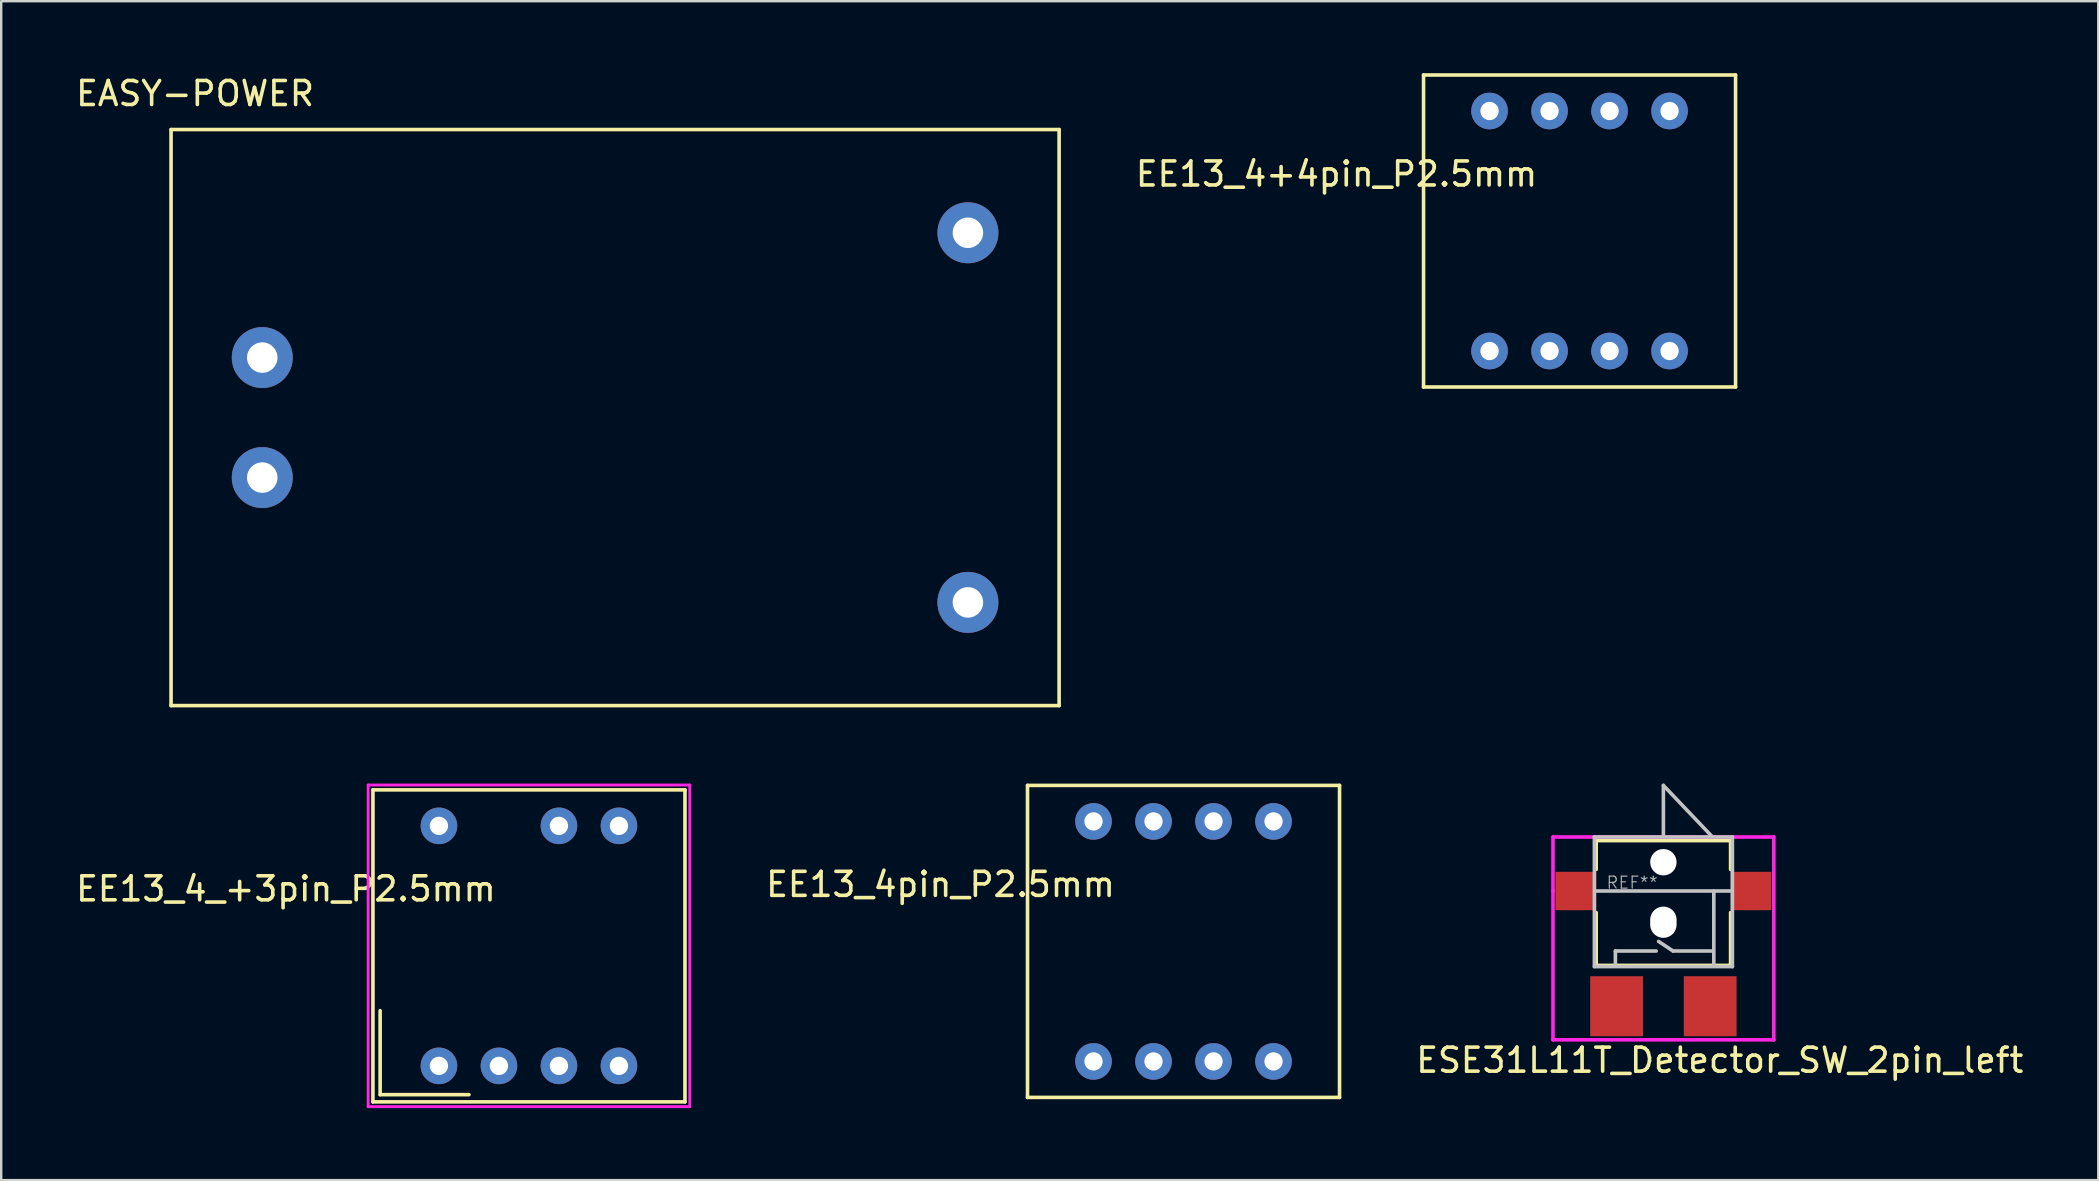
<source format=kicad_pcb>
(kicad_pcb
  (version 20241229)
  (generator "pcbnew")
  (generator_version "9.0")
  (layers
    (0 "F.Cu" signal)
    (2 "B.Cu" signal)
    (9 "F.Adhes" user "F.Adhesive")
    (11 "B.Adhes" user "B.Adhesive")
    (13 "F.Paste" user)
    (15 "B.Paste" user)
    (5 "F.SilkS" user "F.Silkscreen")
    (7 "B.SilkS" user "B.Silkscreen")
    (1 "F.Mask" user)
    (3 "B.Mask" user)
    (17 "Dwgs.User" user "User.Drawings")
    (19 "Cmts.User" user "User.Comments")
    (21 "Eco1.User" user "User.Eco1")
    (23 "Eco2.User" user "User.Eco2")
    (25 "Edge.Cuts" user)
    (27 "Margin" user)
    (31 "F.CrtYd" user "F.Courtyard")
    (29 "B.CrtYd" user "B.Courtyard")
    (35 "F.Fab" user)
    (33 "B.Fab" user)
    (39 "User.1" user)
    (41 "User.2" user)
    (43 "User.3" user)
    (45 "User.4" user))
  (footprint "EASY-POWER"
    (layer "F.Cu")
    (at 4.077 26.348)
    (property "Reference" "EASY-POWER" (at 1 -25.5 0) (layer "F.SilkS") (effects (font (size 1 1) (thickness 0.15))))
    (attr through_hole)
    (fp_line (start 0 -24) (end 0 0) (stroke (width 0.15) (type solid)) (layer "F.SilkS"))
    (fp_line (start 0 0) (end 37 0) (stroke (width 0.15) (type solid)) (layer "F.SilkS"))
    (fp_line (start 37 -24) (end 0 -24) (stroke (width 0.15) (type solid)) (layer "F.SilkS"))
    (fp_line (start 37 0) (end 37 -24) (stroke (width 0.15) (type solid)) (layer "F.SilkS"))
    (pad "1" thru_hole circle (at 3.8 -14.5) (size 2.54 2.54) (drill 1.27) (layers "*.Cu" "*.Mask"))
    (pad "2" thru_hole circle (at 3.8 -9.5) (size 2.54 2.54) (drill 1.27) (layers "*.Cu" "*.Mask"))
    (pad "3" thru_hole circle (at 33.2 -19.7) (size 2.54 2.54) (drill 1.27) (layers "*.Cu" "*.Mask"))
    (pad "4" thru_hole circle (at 33.2 -4.3) (size 2.54 2.54) (drill 1.27) (layers "*.Cu" "*.Mask")))
  (footprint "EE13_4+4pin_P2.5mm"
    (layer "F.Cu")
    (at 59.01 11.575)
    (property "Reference" "EE13_4+4pin_P2.5mm" (at -6.375 -7.375 0) (layer "F.SilkS") (effects (font (size 1 1) (thickness 0.15))))
    (attr through_hole)
    (fp_line (start -2.75 -11.5) (end -2.75 1.5) (stroke (width 0.15) (type solid)) (layer "F.SilkS"))
    (fp_line (start -2.75 1.5) (end 10.25 1.5) (stroke (width 0.15) (type solid)) (layer "F.SilkS"))
    (fp_line (start 10.25 -11.5) (end -2.75 -11.5) (stroke (width 0.15) (type solid)) (layer "F.SilkS"))
    (fp_line (start 10.25 1.5) (end 10.25 -11.5) (stroke (width 0.15) (type solid)) (layer "F.SilkS"))
    (pad "1" thru_hole circle (at 0 0) (size 1.524 1.524) (drill 0.762) (layers "*.Cu" "*.Mask"))
    (pad "2" thru_hole circle (at 2.5 0) (size 1.524 1.524) (drill 0.762) (layers "*.Cu" "*.Mask"))
    (pad "3" thru_hole circle (at 5 0) (size 1.524 1.524) (drill 0.762) (layers "*.Cu" "*.Mask"))
    (pad "4" thru_hole circle (at 7.5 0) (size 1.524 1.524) (drill 0.762) (layers "*.Cu" "*.Mask"))
    (pad "5" thru_hole circle (at 7.5 -10) (size 1.524 1.524) (drill 0.762) (layers "*.Cu" "*.Mask"))
    (pad "6" thru_hole circle (at 5 -10) (size 1.524 1.524) (drill 0.762) (layers "*.Cu" "*.Mask"))
    (pad "7" thru_hole circle (at 2.5 -10) (size 1.524 1.524) (drill 0.762) (layers "*.Cu" "*.Mask"))
    (pad "8" thru_hole circle (at 0 -10) (size 1.524 1.524) (drill 0.762) (layers "*.Cu" "*.Mask")))
  (footprint "ESE31L11T_Detector_SW_2pin_left"
    (layer "F.Cu")
    (at 66.253 34.073)
    (property "Reference" "ESE31L11T_Detector_SW_2pin_left" (at 2.35 7.05 0) (layer "F.SilkS") (effects (font (size 1 1) (thickness 0.15))))
    (attr smd)
    (fp_line (start -2.8 -2.1) (end 2.8 -2.1) (stroke (width 0.15) (type solid)) (layer "F.SilkS"))
    (fp_line (start -2.8 -0.9) (end -2.8 -2.1) (stroke (width 0.15) (type solid)) (layer "F.SilkS"))
    (fp_line (start -2.8 0.9) (end -2.8 3.1) (stroke (width 0.15) (type solid)) (layer "F.SilkS"))
    (fp_line (start -2.8 3.1) (end 2.8 3.1) (stroke (width 0.15) (type solid)) (layer "F.SilkS"))
    (fp_line (start 2.8 -0.9) (end 2.8 -2.1) (stroke (width 0.15) (type solid)) (layer "F.SilkS"))
    (fp_line (start 2.8 3.1) (end 2.8 0.9) (stroke (width 0.15) (type solid)) (layer "F.SilkS"))
    (fp_line (start -2.875 -2.25) (end 2.875 -2.25) (stroke (width 0.15) (type solid)) (layer "Dwgs.User"))
    (fp_line (start -2.875 3.15) (end -2.875 -2.25) (stroke (width 0.15) (type solid)) (layer "Dwgs.User"))
    (fp_line (start -2.8 0) (end 2.8 0) (stroke (width 0.15) (type solid)) (layer "Dwgs.User"))
    (fp_line (start -2 2.5) (end -0.3 2.5) (stroke (width 0.15) (type solid)) (layer "Dwgs.User"))
    (fp_line (start -2 3.1) (end -2 2.5) (stroke (width 0.15) (type solid)) (layer "Dwgs.User"))
    (fp_line (start -0.2 2.1) (end 0.4 2.5) (stroke (width 0.15) (type solid)) (layer "Dwgs.User"))
    (fp_line (start 0 -4.4) (end 0 -2.3) (stroke (width 0.15) (type solid)) (layer "Dwgs.User"))
    (fp_line (start 0 -4.4) (end 2 -2.3) (stroke (width 0.15) (type solid)) (layer "Dwgs.User"))
    (fp_line (start 0.4 2.5) (end 2 2.5) (stroke (width 0.15) (type solid)) (layer "Dwgs.User"))
    (fp_line (start 2.1 3.1) (end 2.1 0) (stroke (width 0.15) (type solid)) (layer "Dwgs.User"))
    (fp_line (start 2.875 -2.25) (end 2.875 3.15) (stroke (width 0.15) (type solid)) (layer "Dwgs.User"))
    (fp_line (start 2.875 3.15) (end -2.875 3.15) (stroke (width 0.15) (type solid)) (layer "Dwgs.User"))
    (fp_line (start -4.6 -2.25) (end -4.6 0) (stroke (width 0.15) (type solid)) (layer "F.CrtYd"))
    (fp_line (start -4.6 0) (end -4.6 6.2) (stroke (width 0.15) (type solid)) (layer "F.CrtYd"))
    (fp_line (start -4.6 6.2) (end 4.6 6.2) (stroke (width 0.15) (type solid)) (layer "F.CrtYd"))
    (fp_line (start 4.6 -2.25) (end -4.6 -2.25) (stroke (width 0.15) (type solid)) (layer "F.CrtYd"))
    (fp_line (start 4.6 6.2) (end 4.6 -2.25) (stroke (width 0.15) (type solid)) (layer "F.CrtYd"))
    (fp_text user "REF**" (at -1.3 -0.35 0) (layer "F.Fab") (effects (font (size 0.5 0.5) (thickness 0.05))))
    (pad "" np_thru_hole circle (at 0 -1.2) (size 1.1 1.1) (drill 1.1) (layers "*.Cu" "*.Mask"))
    (pad "" np_thru_hole oval (at 0 1.3) (size 1.1 1.3) (drill oval 1.1 1.3) (layers "*.Cu" "*.Mask"))
    (pad "1" smd rect (at -1.95 4.8) (size 2.2 2.5) (layers "F.Cu" "F.Mask" "F.Paste"))
    (pad "2" smd rect (at -3.65 0) (size 1.7 1.6) (layers "F.Cu" "F.Mask" "F.Paste"))
    (pad "2" smd rect (at 1.95 4.8) (size 2.2 2.5) (layers "F.Cu" "F.Mask" "F.Paste"))
    (pad "2" smd rect (at 3.65 0) (size 1.7 1.6) (layers "F.Cu" "F.Mask" "F.Paste")))
  (footprint "EE13_4_+3pin_P2.5mm"
    (layer "F.Cu")
    (at 18.988 36.358)
    (property "Reference" "EE13_4_+3pin_P2.5mm" (at -10.125 -2.375 0) (layer "F.SilkS") (effects (font (size 1 1) (thickness 0.15))))
    (attr through_hole)
    (fp_line (start -6.5 -6.5) (end -6.5 6.5) (stroke (width 0.15) (type solid)) (layer "F.SilkS"))
    (fp_line (start -6.5 6.5) (end 6.5 6.5) (stroke (width 0.15) (type solid)) (layer "F.SilkS"))
    (fp_line (start -6.2 6.2) (end -6.2 2.7) (stroke (width 0.15) (type solid)) (layer "F.SilkS"))
    (fp_line (start -6.2 6.2) (end -2.5 6.2) (stroke (width 0.15) (type solid)) (layer "F.SilkS"))
    (fp_line (start 6.5 -6.5) (end -6.5 -6.5) (stroke (width 0.15) (type solid)) (layer "F.SilkS"))
    (fp_line (start 6.5 6.5) (end 6.5 -6.5) (stroke (width 0.15) (type solid)) (layer "F.SilkS"))
    (fp_line (start -6.7 -6.7) (end 6.7 -6.7) (stroke (width 0.12) (type solid)) (layer "F.CrtYd"))
    (fp_line (start -6.7 6.7) (end -6.7 -6.7) (stroke (width 0.12) (type solid)) (layer "F.CrtYd"))
    (fp_line (start 6.7 -6.7) (end 6.7 6.7) (stroke (width 0.12) (type solid)) (layer "F.CrtYd"))
    (fp_line (start 6.7 6.7) (end -6.7 6.7) (stroke (width 0.12) (type solid)) (layer "F.CrtYd"))
    (pad "1" thru_hole circle (at -3.75 5) (size 1.524 1.524) (drill 0.762) (layers "*.Cu" "*.Mask"))
    (pad "2" thru_hole circle (at -1.25 5) (size 1.524 1.524) (drill 0.762) (layers "*.Cu" "*.Mask"))
    (pad "3" thru_hole circle (at 1.25 5) (size 1.524 1.524) (drill 0.762) (layers "*.Cu" "*.Mask"))
    (pad "4" thru_hole circle (at 3.75 5) (size 1.524 1.524) (drill 0.762) (layers "*.Cu" "*.Mask"))
    (pad "5" thru_hole circle (at 3.75 -5) (size 1.524 1.524) (drill 0.762) (layers "*.Cu" "*.Mask"))
    (pad "6" thru_hole circle (at 1.25 -5) (size 1.524 1.524) (drill 0.762) (layers "*.Cu" "*.Mask"))
    (pad "8" thru_hole circle (at -3.75 -5) (size 1.524 1.524) (drill 0.762) (layers "*.Cu" "*.Mask")))
  (footprint "EE13_4pin_P2.5mm"
    (layer "F.Cu")
    (at 42.51 41.173)
    (property "Reference" "EE13_4pin_P2.5mm" (at -6.375 -7.375 0) (layer "F.SilkS") (effects (font (size 1 1) (thickness 0.15))))
    (attr through_hole)
    (fp_line (start -2.75 -11.5) (end -2.75 1.5) (stroke (width 0.15) (type solid)) (layer "F.SilkS"))
    (fp_line (start -2.75 1.5) (end 10.25 1.5) (stroke (width 0.15) (type solid)) (layer "F.SilkS"))
    (fp_line (start 10.25 -11.5) (end -2.75 -11.5) (stroke (width 0.15) (type solid)) (layer "F.SilkS"))
    (fp_line (start 10.25 1.5) (end 10.25 -11.5) (stroke (width 0.15) (type solid)) (layer "F.SilkS"))
    (pad "1" thru_hole circle (at 0 0) (size 1.524 1.524) (drill 0.762) (layers "*.Cu" "*.Mask"))
    (pad "2" thru_hole circle (at 2.5 0) (size 1.524 1.524) (drill 0.762) (layers "*.Cu" "*.Mask"))
    (pad "3" thru_hole circle (at 5 0) (size 1.524 1.524) (drill 0.762) (layers "*.Cu" "*.Mask"))
    (pad "4" thru_hole circle (at 7.5 0) (size 1.524 1.524) (drill 0.762) (layers "*.Cu" "*.Mask"))
    (pad "5" thru_hole circle (at 7.5 -10) (size 1.524 1.524) (drill 0.762) (layers "*.Cu" "*.Mask"))
    (pad "6" thru_hole circle (at 5 -10) (size 1.524 1.524) (drill 0.762) (layers "*.Cu" "*.Mask"))
    (pad "7" thru_hole circle (at 2.5 -10) (size 1.524 1.524) (drill 0.762) (layers "*.Cu" "*.Mask"))
    (pad "8" thru_hole circle (at 0 -10) (size 1.524 1.524) (drill 0.762) (layers "*.Cu" "*.Mask")))
  (gr_rect
    (start -3 -3)
    (end 84.371 46.118)
    (stroke (width 0.1) (type default))
    (fill no)
    (layer "Edge.Cuts")))
</source>
